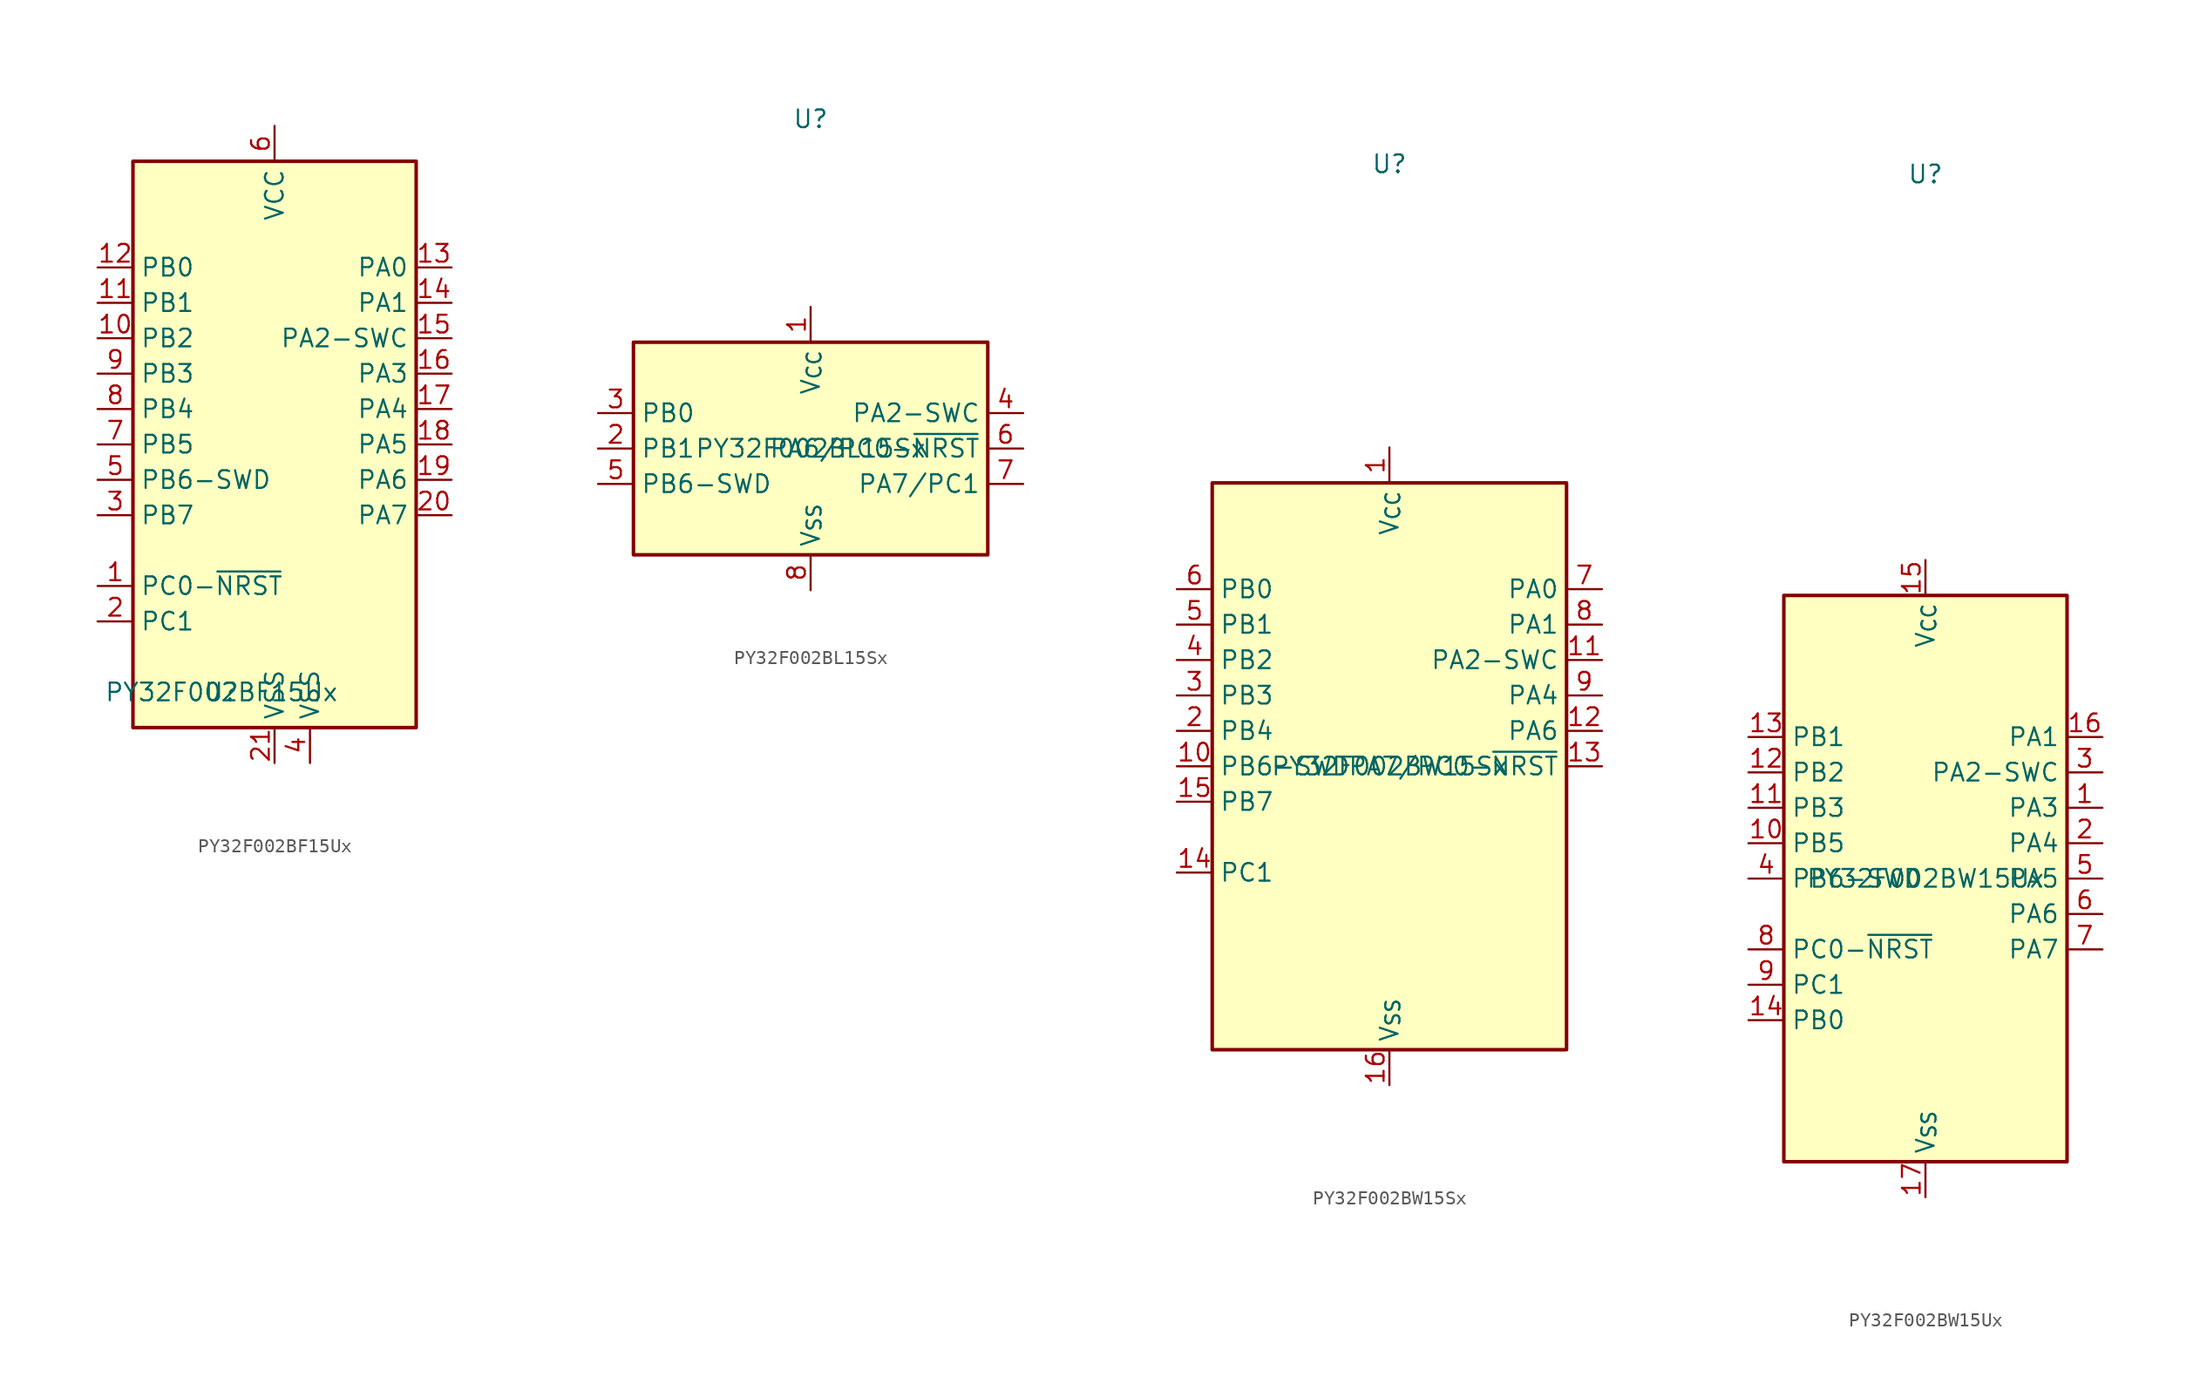
<source format=kicad_sym>
(kicad_symbol_lib
  (version 20231120)
  (generator "kicad_symbol_editor")
  (generator_version "8.0")
  (symbol "PY32F002BF15Ux"
    (property "Reference" "U"
      (at -3.81 -17.78 0)
      (effects (font (size 1.27 1.27))))
    (property "Value" "PY32F002BF15Ux"
      (at -3.81 -17.78 0)
      (effects (font (size 1.27 1.27))))
    (symbol "PY32F002BF15Ux_1_1"
      (rectangle (start -10.16 20.32) (end 10.16 -20.32) (stroke (width 0.254) (type default)) (fill (type background)))
      (pin bidirectional line (at -12.7 -10.16 0) (length 2.54) (name "PC0-~{NRST}" (effects (font (size 1.27 1.27)))) (number "1" (effects (font (size 1.27 1.27)))))
      (pin bidirectional line (at -12.7 7.62 0) (length 2.54) (name "PB2" (effects (font (size 1.27 1.27)))) (number "10" (effects (font (size 1.27 1.27)))))
      (pin bidirectional line (at -12.7 10.16 0) (length 2.54) (name "PB1" (effects (font (size 1.27 1.27)))) (number "11" (effects (font (size 1.27 1.27)))))
      (pin bidirectional line (at -12.7 12.7 0) (length 2.54) (name "PB0" (effects (font (size 1.27 1.27)))) (number "12" (effects (font (size 1.27 1.27)))))
      (pin bidirectional line (at 12.7 12.7 180) (length 2.54) (name "PA0" (effects (font (size 1.27 1.27)))) (number "13" (effects (font (size 1.27 1.27)))))
      (pin bidirectional line (at 12.7 10.16 180) (length 2.54) (name "PA1" (effects (font (size 1.27 1.27)))) (number "14" (effects (font (size 1.27 1.27)))))
      (pin bidirectional line (at 12.7 7.62 180) (length 2.54) (name "PA2-SWC" (effects (font (size 1.27 1.27)))) (number "15" (effects (font (size 1.27 1.27)))))
      (pin bidirectional line (at 12.7 5.08 180) (length 2.54) (name "PA3" (effects (font (size 1.27 1.27)))) (number "16" (effects (font (size 1.27 1.27)))))
      (pin bidirectional line (at 12.7 2.54 180) (length 2.54) (name "PA4" (effects (font (size 1.27 1.27)))) (number "17" (effects (font (size 1.27 1.27)))))
      (pin bidirectional line (at 12.7 0 180) (length 2.54) (name "PA5" (effects (font (size 1.27 1.27)))) (number "18" (effects (font (size 1.27 1.27)))))
      (pin bidirectional line (at 12.7 -2.54 180) (length 2.54) (name "PA6" (effects (font (size 1.27 1.27)))) (number "19" (effects (font (size 1.27 1.27)))))
      (pin bidirectional line (at -12.7 -12.7 0) (length 2.54) (name "PC1" (effects (font (size 1.27 1.27)))) (number "2" (effects (font (size 1.27 1.27)))))
      (pin bidirectional line (at 12.7 -5.08 180) (length 2.54) (name "PA7" (effects (font (size 1.27 1.27)))) (number "20" (effects (font (size 1.27 1.27)))))
      (pin power_in line (at 0 -22.86 90) (length 2.54) (name "VSS" (effects (font (size 1.27 1.27)))) (number "21" (effects (font (size 1.27 1.27)))))
      (pin bidirectional line (at -12.7 -5.08 0) (length 2.54) (name "PB7" (effects (font (size 1.27 1.27)))) (number "3" (effects (font (size 1.27 1.27)))))
      (pin power_in line (at 2.54 -22.86 90) (length 2.54) (name "VSS" (effects (font (size 1.27 1.27)))) (number "4" (effects (font (size 1.27 1.27)))))
      (pin bidirectional line (at -12.7 -2.54 0) (length 2.54) (name "PB6-SWD" (effects (font (size 1.27 1.27)))) (number "5" (effects (font (size 1.27 1.27)))))
      (pin power_in line (at 0 22.86 270) (length 2.54) (name "VCC" (effects (font (size 1.27 1.27)))) (number "6" (effects (font (size 1.27 1.27)))))
      (pin bidirectional line (at -12.7 0 0) (length 2.54) (name "PB5" (effects (font (size 1.27 1.27)))) (number "7" (effects (font (size 1.27 1.27)))))
      (pin bidirectional line (at -12.7 2.54 0) (length 2.54) (name "PB4" (effects (font (size 1.27 1.27)))) (number "8" (effects (font (size 1.27 1.27)))))
      (pin bidirectional line (at -12.7 5.08 0) (length 2.54) (name "PB3" (effects (font (size 1.27 1.27)))) (number "9" (effects (font (size 1.27 1.27)))))))
  (symbol "PY32F002BL15Sx"
    (property "Reference" "U"
      (at 0 23.622 0)
      (effects (font (size 1.27 1.27))))
    (property "Value" "PY32F002BL15Sx"
      (at 0 0 0)
      (effects (font (size 1.27 1.27))))
    (symbol "PY32F002BL15Sx_1_0"
      (pin bidirectional line (at -15.24 2.54 0) (length 2.54) (name "PB0" (effects (font (size 1.27 1.27)))) (number "3" (effects (font (size 1.27 1.27)))))
      (pin bidirectional line (at 15.24 -2.54 180) (length 2.54) (name "PA7/PC1" (effects (font (size 1.27 1.27)))) (number "7" (effects (font (size 1.27 1.27))))))
    (symbol "PY32F002BL15Sx_1_1"
      (rectangle (start -12.7 7.62) (end 12.7 -7.62) (stroke (width 0.254) (type default)) (fill (type background)))
      (pin power_in line (at 0 10.16 270) (length 2.54) (name "V_{CC}" (effects (font (size 1.27 1.27)))) (number "1" (effects (font (size 1.27 1.27)))))
      (pin bidirectional line (at -15.24 0 0) (length 2.54) (name "PB1" (effects (font (size 1.27 1.27)))) (number "2" (effects (font (size 1.27 1.27)))))
      (pin bidirectional line (at 15.24 2.54 180) (length 2.54) (name "PA2-SWC" (effects (font (size 1.27 1.27)))) (number "4" (effects (font (size 1.27 1.27)))))
      (pin bidirectional line (at -15.24 -2.54 0) (length 2.54) (name "PB6-SWD" (effects (font (size 1.27 1.27)))) (number "5" (effects (font (size 1.27 1.27)))))
      (pin bidirectional line (at 15.24 0 180) (length 2.54) (name "PA6/PC0-~{NRST}" (effects (font (size 1.27 1.27)))) (number "6" (effects (font (size 1.27 1.27)))))
      (pin power_in line (at 0 -10.16 90) (length 2.54) (name "V_{SS}" (effects (font (size 1.27 1.27)))) (number "8" (effects (font (size 1.27 1.27)))))))
  (symbol "PY32F002BW15Sx"
    (property "Reference" "U"
      (at 0 43.18 0)
      (effects (font (size 1.27 1.27))))
    (property "Value" "PY32F002BW15Sx"
      (at 0 0 0)
      (effects (font (size 1.27 1.27))))
    (symbol "PY32F002BW15Sx_1_0"
      (pin bidirectional line (at -15.24 -2.54 0) (length 2.54) (name "PB7" (effects (font (size 1.27 1.27)))) (number "15" (effects (font (size 1.27 1.27)))))
      (pin bidirectional line (at -15.24 2.54 0) (length 2.54) (name "PB4" (effects (font (size 1.27 1.27)))) (number "2" (effects (font (size 1.27 1.27)))))
      (pin bidirectional line (at -15.24 12.7 0) (length 2.54) (name "PB0" (effects (font (size 1.27 1.27)))) (number "6" (effects (font (size 1.27 1.27)))))
      (pin bidirectional line (at 15.24 12.7 180) (length 2.54) (name "PA0" (effects (font (size 1.27 1.27)))) (number "7" (effects (font (size 1.27 1.27))))))
    (symbol "PY32F002BW15Sx_1_1"
      (rectangle (start -12.7 20.32) (end 12.7 -20.32) (stroke (width 0.254) (type default)) (fill (type background)))
      (pin power_in line (at 0 22.86 270) (length 2.54) (name "V_{CC}" (effects (font (size 1.27 1.27)))) (number "1" (effects (font (size 1.27 1.27)))))
      (pin bidirectional line (at -15.24 0 0) (length 2.54) (name "PB6-SWD" (effects (font (size 1.27 1.27)))) (number "10" (effects (font (size 1.27 1.27)))))
      (pin bidirectional line (at 15.24 7.62 180) (length 2.54) (name "PA2-SWC" (effects (font (size 1.27 1.27)))) (number "11" (effects (font (size 1.27 1.27)))))
      (pin bidirectional line (at 15.24 2.54 180) (length 2.54) (name "PA6" (effects (font (size 1.27 1.27)))) (number "12" (effects (font (size 1.27 1.27)))))
      (pin bidirectional line (at 15.24 0 180) (length 2.54) (name "PA7/PC0-~{NRST}" (effects (font (size 1.27 1.27)))) (number "13" (effects (font (size 1.27 1.27)))))
      (pin bidirectional line (at -15.24 -7.62 0) (length 2.54) (name "PC1" (effects (font (size 1.27 1.27)))) (number "14" (effects (font (size 1.27 1.27)))))
      (pin power_in line (at 0 -22.86 90) (length 2.54) (name "V_{SS}" (effects (font (size 1.27 1.27)))) (number "16" (effects (font (size 1.27 1.27)))))
      (pin bidirectional line (at -15.24 5.08 0) (length 2.54) (name "PB3" (effects (font (size 1.27 1.27)))) (number "3" (effects (font (size 1.27 1.27)))))
      (pin bidirectional line (at -15.24 7.62 0) (length 2.54) (name "PB2" (effects (font (size 1.27 1.27)))) (number "4" (effects (font (size 1.27 1.27)))))
      (pin bidirectional line (at -15.24 10.16 0) (length 2.54) (name "PB1" (effects (font (size 1.27 1.27)))) (number "5" (effects (font (size 1.27 1.27)))))
      (pin bidirectional line (at 15.24 10.16 180) (length 2.54) (name "PA1" (effects (font (size 1.27 1.27)))) (number "8" (effects (font (size 1.27 1.27)))))
      (pin bidirectional line (at 15.24 5.08 180) (length 2.54) (name "PA4" (effects (font (size 1.27 1.27)))) (number "9" (effects (font (size 1.27 1.27)))))))
  (symbol "PY32F002BW15Ux"
    (property "Reference" "U"
      (at 0 50.546 0)
      (effects (font (size 1.27 1.27))))
    (property "Value" "PY32F002BW15Ux"
      (at 0 0 0)
      (effects (font (size 1.27 1.27))))
    (symbol "PY32F002BW15Ux_1_0"
      (pin bidirectional line (at -12.7 -10.16 0) (length 2.54) (name "PB0" (effects (font (size 1.27 1.27)))) (number "14" (effects (font (size 1.27 1.27))))))
    (symbol "PY32F002BW15Ux_1_1"
      (rectangle (start -10.16 20.32) (end 10.16 -20.32) (stroke (width 0.254) (type default)) (fill (type background)))
      (pin bidirectional line (at 12.7 5.08 180) (length 2.54) (name "PA3" (effects (font (size 1.27 1.27)))) (number "1" (effects (font (size 1.27 1.27)))))
      (pin bidirectional line (at -12.7 2.54 0) (length 2.54) (name "PB5" (effects (font (size 1.27 1.27)))) (number "10" (effects (font (size 1.27 1.27)))))
      (pin bidirectional line (at -12.7 5.08 0) (length 2.54) (name "PB3" (effects (font (size 1.27 1.27)))) (number "11" (effects (font (size 1.27 1.27)))))
      (pin bidirectional line (at -12.7 7.62 0) (length 2.54) (name "PB2" (effects (font (size 1.27 1.27)))) (number "12" (effects (font (size 1.27 1.27)))))
      (pin bidirectional line (at -12.7 10.16 0) (length 2.54) (name "PB1" (effects (font (size 1.27 1.27)))) (number "13" (effects (font (size 1.27 1.27)))))
      (pin power_in line (at 0 22.86 270) (length 2.54) (name "V_{CC}" (effects (font (size 1.27 1.27)))) (number "15" (effects (font (size 1.27 1.27)))))
      (pin bidirectional line (at 12.7 10.16 180) (length 2.54) (name "PA1" (effects (font (size 1.27 1.27)))) (number "16" (effects (font (size 1.27 1.27)))))
      (pin power_in line (at 0 -22.86 90) (length 2.54) (name "V_{SS}" (effects (font (size 1.27 1.27)))) (number "17" (effects (font (size 1.27 1.27)))))
      (pin bidirectional line (at 12.7 2.54 180) (length 2.54) (name "PA4" (effects (font (size 1.27 1.27)))) (number "2" (effects (font (size 1.27 1.27)))))
      (pin bidirectional line (at 12.7 7.62 180) (length 2.54) (name "PA2-SWC" (effects (font (size 1.27 1.27)))) (number "3" (effects (font (size 1.27 1.27)))))
      (pin bidirectional line (at -12.7 0 0) (length 2.54) (name "PB6-SWD" (effects (font (size 1.27 1.27)))) (number "4" (effects (font (size 1.27 1.27)))))
      (pin bidirectional line (at 12.7 0 180) (length 2.54) (name "PA5" (effects (font (size 1.27 1.27)))) (number "5" (effects (font (size 1.27 1.27)))))
      (pin bidirectional line (at 12.7 -2.54 180) (length 2.54) (name "PA6" (effects (font (size 1.27 1.27)))) (number "6" (effects (font (size 1.27 1.27)))))
      (pin bidirectional line (at 12.7 -5.08 180) (length 2.54) (name "PA7" (effects (font (size 1.27 1.27)))) (number "7" (effects (font (size 1.27 1.27)))))
      (pin bidirectional line (at -12.7 -5.08 0) (length 2.54) (name "PC0-~{NRST}" (effects (font (size 1.27 1.27)))) (number "8" (effects (font (size 1.27 1.27)))))
      (pin bidirectional line (at -12.7 -7.62 0) (length 2.54) (name "PC1" (effects (font (size 1.27 1.27)))) (number "9" (effects (font (size 1.27 1.27))))))))
</source>
